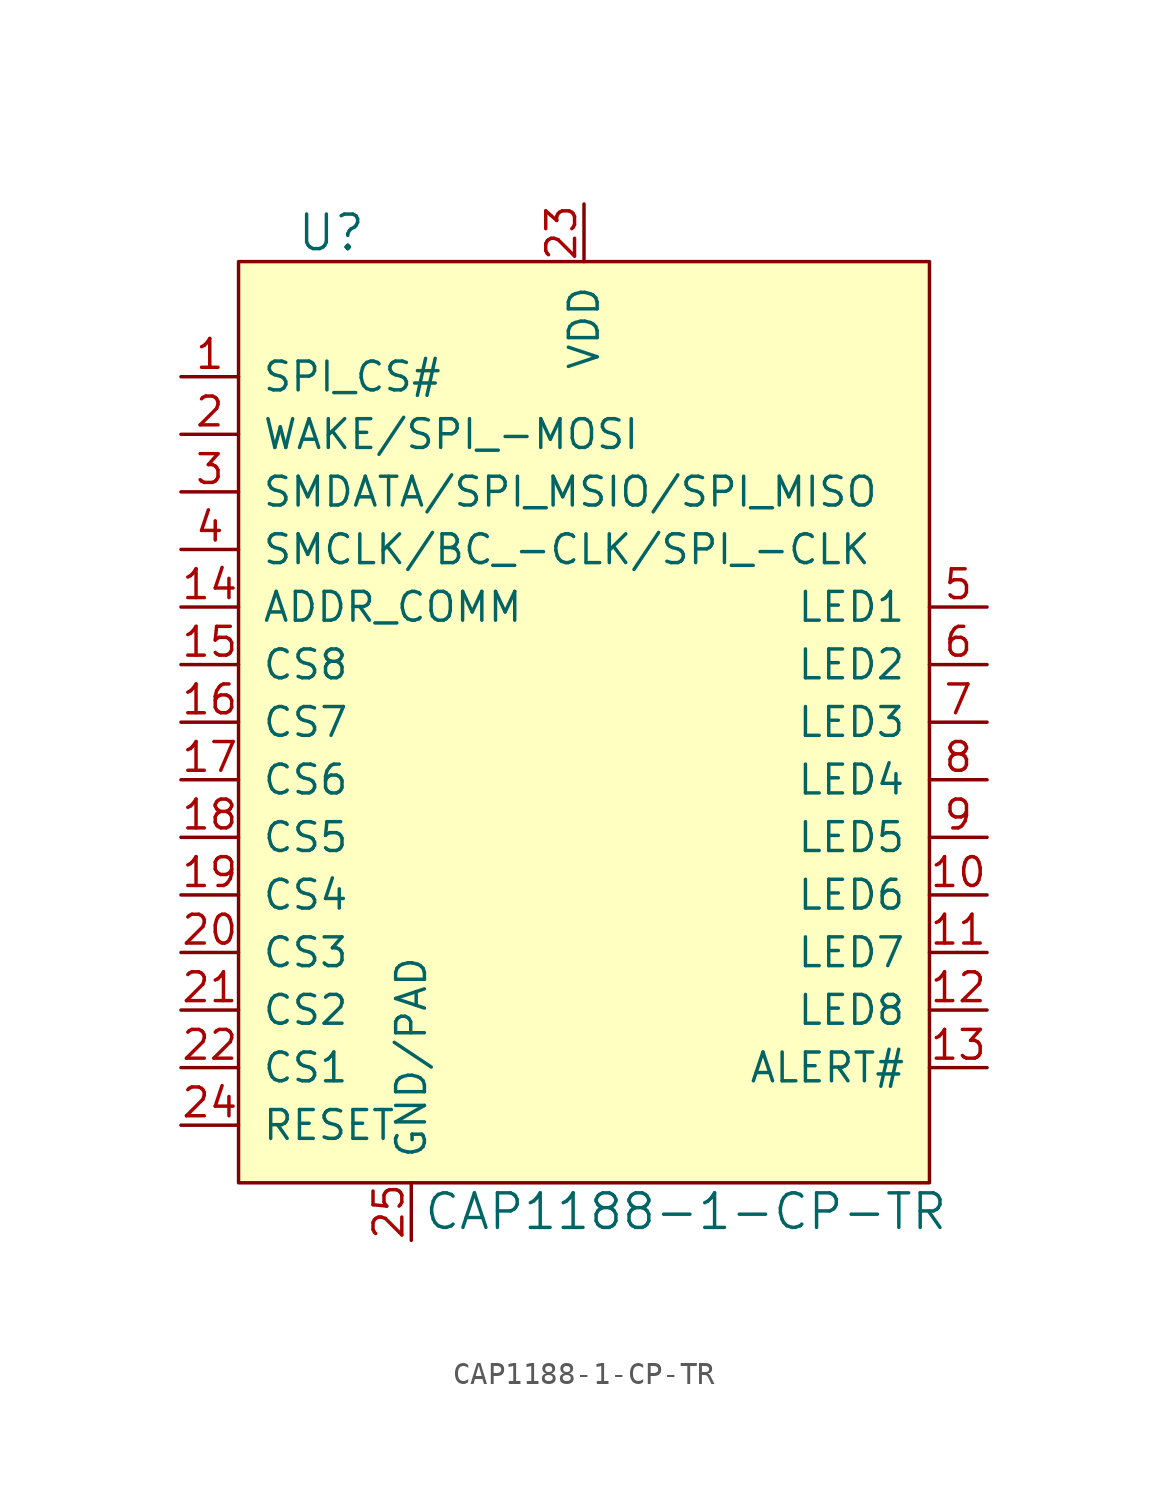
<source format=kicad_sym>
(kicad_symbol_lib
  (version 20201005)
  (generator kicad_symbol_editor)
  (symbol "CAP1188-1-CP-TR"
    (pin_names
      (offset 1.016))
    (property "Reference" "U"
      (at -12.7 21.59 0)
      (effects (font (size 1.524 1.524)) (justify left)))
    (property "Value" "CAP1188-1-CP-TR"
      (at -7.112 -21.59 0)
      (effects (font (size 1.524 1.524)) (justify left)))
    (symbol "CAP1188-1-CP-TR_0_1"
      (rectangle (start -15.24 20.32) (end 15.24 -20.32) (stroke (width 0)) (fill (type background))))
    (symbol "CAP1188-1-CP-TR_1_1"
      (pin input line (at -17.78 15.24 0) (length 2.54) (name "SPI_CS#" (effects (font (size 1.27 1.27)))) (number "1" (effects (font (size 1.27 1.27)))))
      (pin bidirectional line (at -17.78 12.7 0) (length 2.54) (name "WAKE/SPI_-MOSI" (effects (font (size 1.27 1.27)))) (number "2" (effects (font (size 1.27 1.27)))))
      (pin bidirectional line (at -17.78 10.16 0) (length 2.54) (name "SMDATA/SPI_MSIO/SPI_MISO" (effects (font (size 1.27 1.27)))) (number "3" (effects (font (size 1.27 1.27)))))
      (pin input line (at -17.78 7.62 0) (length 2.54) (name "SMCLK/BC_-CLK/SPI_-CLK" (effects (font (size 1.27 1.27)))) (number "4" (effects (font (size 1.27 1.27)))))
      (pin output line (at 17.78 5.08 180) (length 2.54) (name "LED1" (effects (font (size 1.27 1.27)))) (number "5" (effects (font (size 1.27 1.27)))))
      (pin output line (at 17.78 2.54 180) (length 2.54) (name "LED2" (effects (font (size 1.27 1.27)))) (number "6" (effects (font (size 1.27 1.27)))))
      (pin output line (at 17.78 0 180) (length 2.54) (name "LED3" (effects (font (size 1.27 1.27)))) (number "7" (effects (font (size 1.27 1.27)))))
      (pin output line (at 17.78 -2.54 180) (length 2.54) (name "LED4" (effects (font (size 1.27 1.27)))) (number "8" (effects (font (size 1.27 1.27)))))
      (pin output line (at 17.78 -5.08 180) (length 2.54) (name "LED5" (effects (font (size 1.27 1.27)))) (number "9" (effects (font (size 1.27 1.27)))))
      (pin output line (at 17.78 -7.62 180) (length 2.54) (name "LED6" (effects (font (size 1.27 1.27)))) (number "10" (effects (font (size 1.27 1.27)))))
      (pin bidirectional line (at -17.78 -10.16 0) (length 2.54) (name "CS3" (effects (font (size 1.27 1.27)))) (number "20" (effects (font (size 1.27 1.27)))))
      (pin output line (at 17.78 -10.16 180) (length 2.54) (name "LED7" (effects (font (size 1.27 1.27)))) (number "11" (effects (font (size 1.27 1.27)))))
      (pin bidirectional line (at -17.78 -12.7 0) (length 2.54) (name "CS2" (effects (font (size 1.27 1.27)))) (number "21" (effects (font (size 1.27 1.27)))))
      (pin output line (at 17.78 -12.7 180) (length 2.54) (name "LED8" (effects (font (size 1.27 1.27)))) (number "12" (effects (font (size 1.27 1.27)))))
      (pin bidirectional line (at -17.78 -15.24 0) (length 2.54) (name "CS1" (effects (font (size 1.27 1.27)))) (number "22" (effects (font (size 1.27 1.27)))))
      (pin output line (at 17.78 -15.24 180) (length 2.54) (name "ALERT#" (effects (font (size 1.27 1.27)))) (number "13" (effects (font (size 1.27 1.27)))))
      (pin power_in line (at 0 22.86 270) (length 2.54) (name "VDD" (effects (font (size 1.27 1.27)))) (number "23" (effects (font (size 1.27 1.27)))))
      (pin input line (at -17.78 5.08 0) (length 2.54) (name "ADDR_COMM" (effects (font (size 1.27 1.27)))) (number "14" (effects (font (size 1.27 1.27)))))
      (pin input line (at -17.78 -17.78 0) (length 2.54) (name "RESET" (effects (font (size 1.27 1.27)))) (number "24" (effects (font (size 1.27 1.27)))))
      (pin bidirectional line (at -17.78 2.54 0) (length 2.54) (name "CS8" (effects (font (size 1.27 1.27)))) (number "15" (effects (font (size 1.27 1.27)))))
      (pin power_in line (at -7.62 -22.86 90) (length 2.54) (name "GND/PAD" (effects (font (size 1.27 1.27)))) (number "25" (effects (font (size 1.27 1.27)))))
      (pin bidirectional line (at -17.78 0 0) (length 2.54) (name "CS7" (effects (font (size 1.27 1.27)))) (number "16" (effects (font (size 1.27 1.27)))))
      (pin bidirectional line (at -17.78 -2.54 0) (length 2.54) (name "CS6" (effects (font (size 1.27 1.27)))) (number "17" (effects (font (size 1.27 1.27)))))
      (pin bidirectional line (at -17.78 -5.08 0) (length 2.54) (name "CS5" (effects (font (size 1.27 1.27)))) (number "18" (effects (font (size 1.27 1.27)))))
      (pin bidirectional line (at -17.78 -7.62 0) (length 2.54) (name "CS4" (effects (font (size 1.27 1.27)))) (number "19" (effects (font (size 1.27 1.27))))))))
</source>
